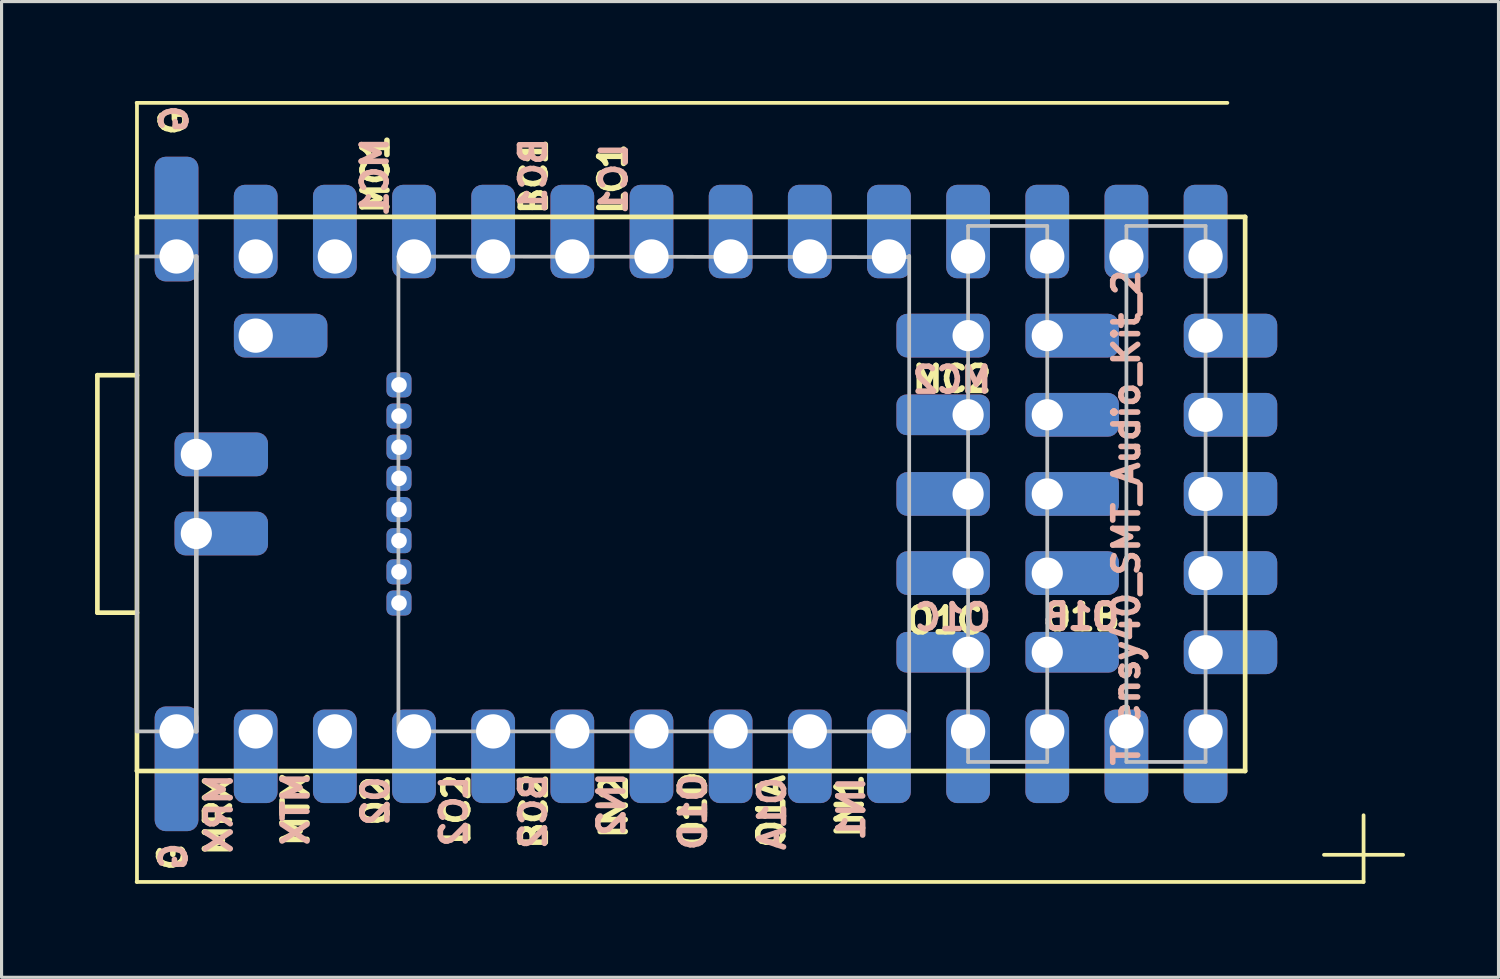
<source format=kicad_pcb>
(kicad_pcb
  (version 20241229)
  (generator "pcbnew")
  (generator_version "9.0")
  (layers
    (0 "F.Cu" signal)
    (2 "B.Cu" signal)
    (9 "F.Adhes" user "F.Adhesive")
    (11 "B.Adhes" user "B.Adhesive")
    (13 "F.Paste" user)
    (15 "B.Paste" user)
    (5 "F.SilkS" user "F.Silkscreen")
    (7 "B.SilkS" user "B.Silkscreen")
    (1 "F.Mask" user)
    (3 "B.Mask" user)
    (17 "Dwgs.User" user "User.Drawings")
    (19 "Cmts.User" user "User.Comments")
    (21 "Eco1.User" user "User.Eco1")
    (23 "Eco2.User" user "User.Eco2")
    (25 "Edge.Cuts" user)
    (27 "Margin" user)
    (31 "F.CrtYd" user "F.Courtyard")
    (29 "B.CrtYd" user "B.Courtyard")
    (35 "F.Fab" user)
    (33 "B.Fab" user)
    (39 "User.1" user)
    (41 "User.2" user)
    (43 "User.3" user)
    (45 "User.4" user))
  (footprint "Teensy40_SMT_Audio_Kit_2"
    (layer "F.Cu")
    (at 1.335 0.25)
    (property "Reference" "Teensy40_SMT_Audio_Kit_2" (at 31.76 13.312 90) (layer "B.SilkS") (effects (font (size 0.8 0.8) (thickness 0.18))))
    (attr through_hole)
    (fp_line (start -1.26 8.74) (end -1.26 16.36) (stroke (width 0.15) (type solid)) (layer "F.SilkS"))
    (fp_line (start -1.26 16.36) (end 0.01 16.36) (stroke (width 0.15) (type solid)) (layer "F.SilkS"))
    (fp_line (start 0 0) (end 35 0) (stroke (width 0.12) (type solid)) (layer "F.SilkS"))
    (fp_line (start 0 25) (end 39.37 25) (stroke (width 0.12) (type solid)) (layer "F.SilkS"))
    (fp_line (start 0.01 3.66) (end 0.01 0) (stroke (width 0.12) (type solid)) (layer "F.SilkS"))
    (fp_line (start 0.01 3.66) (end 0.01 21.44) (stroke (width 0.15) (type solid)) (layer "F.SilkS"))
    (fp_line (start 0.01 8.74) (end -1.26 8.74) (stroke (width 0.15) (type solid)) (layer "F.SilkS"))
    (fp_line (start 0.01 21.44) (end 35.57 21.44) (stroke (width 0.15) (type solid)) (layer "F.SilkS"))
    (fp_line (start 0.01 25) (end 0.01 21.44) (stroke (width 0.12) (type solid)) (layer "F.SilkS"))
    (fp_line (start 35.57 3.66) (end 0.01 3.66) (stroke (width 0.15) (type solid)) (layer "F.SilkS"))
    (fp_line (start 35.57 21.44) (end 35.57 3.66) (stroke (width 0.15) (type solid)) (layer "F.SilkS"))
    (fp_line (start 38.1 24.13) (end 40.64 24.13) (stroke (width 0.12) (type solid)) (layer "F.SilkS"))
    (fp_line (start 39.37 25) (end 39.37 22.86) (stroke (width 0.12) (type solid)) (layer "F.SilkS"))
    (fp_line (start 0.01 4.93) (end 0.01 20.17) (stroke (width 0.12) (type solid)) (layer "Dwgs.User"))
    (fp_line (start 0.01 4.93) (end 1.915 4.93) (stroke (width 0.12) (type solid)) (layer "Dwgs.User"))
    (fp_line (start 0.01 20.17) (end 1.915 20.17) (stroke (width 0.12) (type solid)) (layer "Dwgs.User"))
    (fp_line (start 1.915 4.93) (end 1.915 20.17) (stroke (width 0.15) (type solid)) (layer "Dwgs.User"))
    (fp_line (start 8.4 4.93) (end 8.4 20.17) (stroke (width 0.12) (type solid)) (layer "Dwgs.User"))
    (fp_line (start 8.4 4.93) (end 24.79 4.95) (stroke (width 0.12) (type solid)) (layer "Dwgs.User"))
    (fp_line (start 8.4 20.17) (end 24.79 20.17) (stroke (width 0.12) (type solid)) (layer "Dwgs.User"))
    (fp_line (start 24.79 4.91) (end 24.79 20.15) (stroke (width 0.12) (type solid)) (layer "Dwgs.User"))
    (fp_line (start 26.68 3.95) (end 26.68 21.15) (stroke (width 0.12) (type solid)) (layer "Dwgs.User"))
    (fp_line (start 26.68 21.15) (end 29.22 21.15) (stroke (width 0.12) (type solid)) (layer "Dwgs.User"))
    (fp_line (start 29.22 3.95) (end 26.68 3.95) (stroke (width 0.12) (type solid)) (layer "Dwgs.User"))
    (fp_line (start 29.22 21.15) (end 29.22 3.95) (stroke (width 0.12) (type solid)) (layer "Dwgs.User"))
    (fp_line (start 31.76 3.95) (end 34.3 3.95) (stroke (width 0.12) (type solid)) (layer "Dwgs.User"))
    (fp_line (start 31.76 21.15) (end 31.76 3.95) (stroke (width 0.12) (type solid)) (layer "Dwgs.User"))
    (fp_line (start 34.3 3.95) (end 34.3 21.15) (stroke (width 0.12) (type solid)) (layer "Dwgs.User"))
    (fp_line (start 34.3 21.15) (end 31.76 21.15) (stroke (width 0.12) (type solid)) (layer "Dwgs.User"))
    (fp_poly (pts (xy 0.518 11.788) (xy 3.058 11.788) (xy 3.058 10.772) (xy 0.518 10.772)) (stroke (width 0.1) (type solid)) (fill no) (layer "Eco1.User"))
    (fp_poly (pts (xy 0.518 14.328) (xy 3.058 14.328) (xy 3.058 13.312) (xy 0.518 13.312)) (stroke (width 0.1) (type solid)) (fill no) (layer "Eco1.User"))
    (fp_poly (pts (xy 8.29 8.8) (xy 10.29 8.8) (xy 10.29 9.3) (xy 8.29 9.3)) (stroke (width 0.1) (type solid)) (fill no) (layer "Eco1.User"))
    (fp_poly (pts (xy 8.29 9.8) (xy 10.29 9.8) (xy 10.29 10.3) (xy 8.29 10.3)) (stroke (width 0.1) (type solid)) (fill no) (layer "Eco1.User"))
    (fp_poly (pts (xy 8.29 10.8) (xy 10.29 10.8) (xy 10.29 11.3) (xy 8.29 11.3)) (stroke (width 0.1) (type solid)) (fill no) (layer "Eco1.User"))
    (fp_poly (pts (xy 8.29 11.8) (xy 10.29 11.8) (xy 10.29 12.3) (xy 8.29 12.3)) (stroke (width 0.1) (type solid)) (fill no) (layer "Eco1.User"))
    (fp_poly (pts (xy 8.29 12.8) (xy 10.29 12.8) (xy 10.29 13.3) (xy 8.29 13.3)) (stroke (width 0.1) (type solid)) (fill no) (layer "Eco1.User"))
    (fp_poly (pts (xy 8.29 13.8) (xy 10.29 13.8) (xy 10.29 14.3) (xy 8.29 14.3)) (stroke (width 0.1) (type solid)) (fill no) (layer "Eco1.User"))
    (fp_poly (pts (xy 8.29 14.8) (xy 10.29 14.8) (xy 10.29 15.3) (xy 8.29 15.3)) (stroke (width 0.1) (type solid)) (fill no) (layer "Eco1.User"))
    (fp_poly (pts (xy 8.29 15.8) (xy 10.29 15.8) (xy 10.29 16.3) (xy 8.29 16.3)) (stroke (width 0.1) (type solid)) (fill no) (layer "Eco1.User"))
    (fp_poly (pts (xy 24.648 7.978) (xy 27.188 7.978) (xy 27.188 6.962) (xy 24.648 6.962)) (stroke (width 0.1) (type solid)) (fill no) (layer "Eco1.User"))
    (fp_poly (pts (xy 24.648 10.518) (xy 27.188 10.518) (xy 27.188 9.502) (xy 24.648 9.502)) (stroke (width 0.1) (type solid)) (fill no) (layer "Eco1.User"))
    (fp_poly (pts (xy 24.648 13.058) (xy 27.188 13.058) (xy 27.188 12.042) (xy 24.648 12.042)) (stroke (width 0.1) (type solid)) (fill no) (layer "Eco1.User"))
    (fp_poly (pts (xy 24.648 15.598) (xy 27.188 15.598) (xy 27.188 14.582) (xy 24.648 14.582)) (stroke (width 0.1) (type solid)) (fill no) (layer "Eco1.User"))
    (fp_poly (pts (xy 24.648 18.138) (xy 27.188 18.138) (xy 27.188 17.122) (xy 24.648 17.122)) (stroke (width 0.1) (type solid)) (fill no) (layer "Eco1.User"))
    (fp_poly (pts (xy 28.712 7.978) (xy 31.252 7.978) (xy 31.252 6.962) (xy 28.712 6.962)) (stroke (width 0.1) (type solid)) (fill no) (layer "Eco1.User"))
    (fp_poly (pts (xy 28.712 10.518) (xy 31.252 10.518) (xy 31.252 9.502) (xy 28.712 9.502)) (stroke (width 0.1) (type solid)) (fill no) (layer "Eco1.User"))
    (fp_poly (pts (xy 28.712 13.058) (xy 31.252 13.058) (xy 31.252 12.042) (xy 28.712 12.042)) (stroke (width 0.1) (type solid)) (fill no) (layer "Eco1.User"))
    (fp_poly (pts (xy 28.712 15.598) (xy 31.252 15.598) (xy 31.252 14.582) (xy 28.712 14.582)) (stroke (width 0.1) (type solid)) (fill no) (layer "Eco1.User"))
    (fp_poly (pts (xy 28.712 18.138) (xy 31.252 18.138) (xy 31.252 17.122) (xy 28.712 17.122)) (stroke (width 0.1) (type solid)) (fill no) (layer "Eco1.User"))
    (fp_text user "LC1" (at 15.265 2.438 90) (layer "F.SilkS") (effects (font (size 0.8 0.8) (thickness 0.18))))
    (fp_text user "MC1" (at 7.671 2.286 90) (layer "F.SilkS") (effects (font (size 0.8 0.8) (thickness 0.18))))
    (fp_text user "O1C" (at 25.933 16.612 0) (layer "F.SilkS") (effects (font (size 0.8 0.8) (thickness 0.18))))
    (fp_text user "BC1" (at 12.751 2.362 90) (layer "F.SilkS") (effects (font (size 0.8 0.8) (thickness 0.18))))
    (fp_text user "LC2" (at 10.262 22.682 90) (unlocked yes) (layer "F.SilkS") (effects (font (size 0.8 0.8) (thickness 0.18))))
    (fp_text user "O1B" (at 30.328 16.51 0) (layer "F.SilkS") (effects (font (size 0.8 0.8) (thickness 0.18))))
    (fp_text user "O1D" (at 17.856 22.682 90) (unlocked yes) (layer "F.SilkS") (effects (font (size 0.8 0.8) (thickness 0.18))))
    (fp_text user "O1A" (at 20.371 22.733 90) (unlocked yes) (layer "F.SilkS") (effects (font (size 0.8 0.8) (thickness 0.18))))
    (fp_text user "G" (at 1.194 0.61 90) (unlocked yes) (layer "F.SilkS") (effects (font (size 0.8 0.8) (thickness 0.18))))
    (fp_text user "MC2" (at 26.162 8.865 180) (layer "F.SilkS") (effects (font (size 0.8 0.8) (thickness 0.18))))
    (fp_text user "MTX" (at 5.105 22.682 90) (unlocked yes) (layer "F.SilkS") (effects (font (size 0.8 0.8) (thickness 0.18))))
    (fp_text user "IN2" (at 15.316 22.581 90) (unlocked yes) (layer "F.SilkS") (effects (font (size 0.8 0.8) (thickness 0.18))))
    (fp_text user "G" (at 1.143 24.206 90) (unlocked yes) (layer "F.SilkS") (effects (font (size 0.8 0.8) (thickness 0.18))))
    (fp_text user "IN1" (at 22.885 22.555 90) (unlocked yes) (layer "F.SilkS") (effects (font (size 0.8 0.8) (thickness 0.18))))
    (fp_text user "02" (at 7.671 22.403 90) (unlocked yes) (layer "F.SilkS") (effects (font (size 0.8 0.8) (thickness 0.18))))
    (fp_text user "MRX" (at 2.616 22.885 90) (unlocked yes) (layer "F.SilkS") (effects (font (size 0.8 0.8) (thickness 0.18))))
    (fp_text user "BC2" (at 12.751 22.733 90) (unlocked yes) (layer "F.SilkS") (effects (font (size 0.8 0.8) (thickness 0.18))))
    (fp_text user "O1B" (at 30.302 16.485 180) (layer "B.SilkS") (effects (font (size 0.8 0.8) (thickness 0.18)) (justify mirror)))
    (fp_text user "LC2" (at 10.185 22.733 90) (layer "B.SilkS") (effects (font (size 0.8 0.8) (thickness 0.18)) (justify mirror)))
    (fp_text user "BC2" (at 12.725 22.733 90) (layer "B.SilkS") (effects (font (size 0.8 0.8) (thickness 0.18)) (justify mirror)))
    (fp_text user "MRX" (at 2.642 22.809 90) (layer "B.SilkS") (effects (font (size 0.8 0.8) (thickness 0.18)) (justify mirror)))
    (fp_text user "IN1" (at 22.936 22.657 90) (layer "B.SilkS") (effects (font (size 0.8 0.8) (thickness 0.18)) (justify mirror)))
    (fp_text user "02" (at 7.671 22.403 90) (layer "B.SilkS") (effects (font (size 0.8 0.8) (thickness 0.18)) (justify mirror)))
    (fp_text user "G" (at 1.194 24.181 90) (layer "B.SilkS") (effects (font (size 0.8 0.8) (thickness 0.18)) (justify mirror)))
    (fp_text user "O1D" (at 17.856 22.758 90) (layer "B.SilkS") (effects (font (size 0.8 0.8) (thickness 0.18)) (justify mirror)))
    (fp_text user "O1C" (at 26.187 16.51 180) (layer "B.SilkS") (effects (font (size 0.8 0.8) (thickness 0.18)) (justify mirror)))
    (fp_text user "G" (at 1.219 0.508 90) (layer "B.SilkS") (effects (font (size 0.8 0.8) (thickness 0.18)) (justify mirror)))
    (fp_text user "MTX" (at 5.105 22.657 90) (layer "B.SilkS") (effects (font (size 0.8 0.8) (thickness 0.18)) (justify mirror)))
    (fp_text user "IN2" (at 15.24 22.504 90) (layer "B.SilkS") (effects (font (size 0.8 0.8) (thickness 0.18)) (justify mirror)))
    (fp_text user "O1A" (at 20.396 22.809 90) (layer "B.SilkS") (effects (font (size 0.8 0.8) (thickness 0.18)) (justify mirror)))
    (fp_text user "MC2" (at 26.162 8.89 0) (layer "B.SilkS") (effects (font (size 0.8 0.8) (thickness 0.18)) (justify mirror)))
    (fp_text user "LC1" (at 15.316 2.438 90) (unlocked yes) (layer "B.SilkS") (effects (font (size 0.8 0.8) (thickness 0.18)) (justify mirror)))
    (fp_text user "MC1" (at 7.645 2.388 90) (unlocked yes) (layer "B.SilkS") (effects (font (size 0.8 0.8) (thickness 0.18)) (justify mirror)))
    (fp_text user "BC1" (at 12.725 2.337 90) (unlocked yes) (layer "B.SilkS") (effects (font (size 0.8 0.8) (thickness 0.18)) (justify mirror)))
    (pad "1" thru_hole roundrect (at 1.28 20.17) (size 1.404 4) (drill 1.1 (offset 0 1.2)) (layers "*.Cu" "*.Mask") (roundrect_rratio 0.25))
    (pad "2" thru_hole roundrect (at 3.82 20.17) (size 1.404 3) (drill 1.1 (offset 0 0.8)) (layers "*.Cu" "*.Mask") (roundrect_rratio 0.25))
    (pad "3" thru_hole roundrect (at 6.36 20.17) (size 1.404 3) (drill 1.1 (offset 0 0.8)) (layers "*.Cu" "*.Mask") (roundrect_rratio 0.25))
    (pad "4" thru_hole roundrect (at 8.9 20.17) (size 1.404 3) (drill 1.1 (offset 0 0.8)) (layers "*.Cu" "*.Mask") (roundrect_rratio 0.25))
    (pad "5" thru_hole roundrect (at 11.44 20.17) (size 1.404 3) (drill 1.1 (offset 0 0.8)) (layers "*.Cu" "*.Mask") (roundrect_rratio 0.25))
    (pad "6" thru_hole roundrect (at 13.98 20.17) (size 1.404 3) (drill 1.1 (offset 0 0.8)) (layers "*.Cu" "*.Mask") (roundrect_rratio 0.25))
    (pad "7" thru_hole roundrect (at 16.52 20.17) (size 1.404 3) (drill 1.1 (offset 0 0.8)) (layers "*.Cu" "*.Mask") (roundrect_rratio 0.25))
    (pad "8" thru_hole roundrect (at 19.06 20.17) (size 1.404 3) (drill 1.1 (offset 0 0.8)) (layers "*.Cu" "*.Mask") (roundrect_rratio 0.25))
    (pad "9" thru_hole roundrect (at 21.6 20.17) (size 1.404 3) (drill 1.1 (offset 0 0.8)) (layers "*.Cu" "*.Mask") (roundrect_rratio 0.25))
    (pad "10" thru_hole roundrect (at 24.14 20.17) (size 1.404 3) (drill 1.1 (offset 0 0.8)) (layers "*.Cu" "*.Mask") (roundrect_rratio 0.25))
    (pad "11" thru_hole roundrect (at 26.68 20.17) (size 1.404 3) (drill 1.1 (offset 0 0.8)) (layers "*.Cu" "*.Mask") (roundrect_rratio 0.25))
    (pad "12" thru_hole roundrect (at 29.22 20.17) (size 1.404 3) (drill 1.1 (offset 0 0.8)) (layers "*.Cu" "*.Mask") (roundrect_rratio 0.25))
    (pad "13" thru_hole roundrect (at 31.76 20.17) (size 1.404 3) (drill 1.1 (offset 0 0.8)) (layers "*.Cu" "*.Mask") (roundrect_rratio 0.25))
    (pad "14" thru_hole roundrect (at 34.3 20.17) (size 1.404 3) (drill 1.1 (offset 0 0.8)) (layers "*.Cu" "*.Mask") (roundrect_rratio 0.25))
    (pad "15" thru_hole roundrect (at 34.3 17.63 90) (size 1.404 3) (drill 1.1 (offset 0 0.8)) (layers "*.Cu" "*.Mask") (roundrect_rratio 0.25))
    (pad "16" thru_hole roundrect (at 34.3 15.09 90) (size 1.404 3) (drill 1.1 (offset 0 0.8)) (layers "*.Cu" "*.Mask") (roundrect_rratio 0.25))
    (pad "17" thru_hole roundrect (at 34.3 12.55 90) (size 1.404 3) (drill 1.1 (offset 0 0.8)) (layers "*.Cu" "*.Mask") (roundrect_rratio 0.25))
    (pad "18" thru_hole roundrect (at 34.3 10.01 90) (size 1.404 3) (drill 1.1 (offset 0 0.8)) (layers "*.Cu" "*.Mask") (roundrect_rratio 0.25))
    (pad "19" thru_hole roundrect (at 34.3 7.47 90) (size 1.404 3) (drill 1.1 (offset 0 0.8)) (layers "*.Cu" "*.Mask") (roundrect_rratio 0.25))
    (pad "20" thru_hole roundrect (at 34.3 4.93 180) (size 1.404 3) (drill 1.1 (offset 0 0.8)) (layers "*.Cu" "*.Mask") (roundrect_rratio 0.25))
    (pad "21" thru_hole roundrect (at 31.76 4.93 180) (size 1.404 3) (drill 1.1 (offset 0 0.8)) (layers "*.Cu" "*.Mask") (roundrect_rratio 0.25))
    (pad "22" thru_hole roundrect (at 29.22 4.93 180) (size 1.404 3) (drill 1.1 (offset 0 0.8)) (layers "*.Cu" "*.Mask") (roundrect_rratio 0.25))
    (pad "23" thru_hole roundrect (at 26.68 4.93 180) (size 1.404 3) (drill 1.1 (offset 0 0.8)) (layers "*.Cu" "*.Mask") (roundrect_rratio 0.25))
    (pad "24" thru_hole roundrect (at 24.14 4.93 180) (size 1.404 3) (drill 1.1 (offset 0 0.8)) (layers "*.Cu" "*.Mask") (roundrect_rratio 0.25))
    (pad "25" thru_hole roundrect (at 21.6 4.93 180) (size 1.404 3) (drill 1.1 (offset 0 0.8)) (layers "*.Cu" "*.Mask") (roundrect_rratio 0.25))
    (pad "26" thru_hole roundrect (at 19.06 4.93 180) (size 1.404 3) (drill 1.1 (offset 0 0.8)) (layers "*.Cu" "*.Mask") (roundrect_rratio 0.25))
    (pad "27" thru_hole roundrect (at 16.52 4.93 180) (size 1.404 3) (drill 1.1 (offset 0 0.8)) (layers "*.Cu" "*.Mask") (roundrect_rratio 0.25))
    (pad "28" thru_hole roundrect (at 13.98 4.93 180) (size 1.404 3) (drill 1.1 (offset 0 0.8)) (layers "*.Cu" "*.Mask") (roundrect_rratio 0.25))
    (pad "29" thru_hole roundrect (at 11.44 4.93 180) (size 1.404 3) (drill 1.1 (offset 0 0.8)) (layers "*.Cu" "*.Mask") (roundrect_rratio 0.25))
    (pad "30" thru_hole roundrect (at 8.9 4.93 180) (size 1.404 3) (drill 1.1 (offset 0 0.8)) (layers "*.Cu" "*.Mask") (roundrect_rratio 0.25))
    (pad "31" thru_hole roundrect (at 6.36 4.93 180) (size 1.404 3) (drill 1.1 (offset 0 0.8)) (layers "*.Cu" "*.Mask") (roundrect_rratio 0.25))
    (pad "32" thru_hole roundrect (at 3.82 4.93 180) (size 1.404 3) (drill 1.1 (offset 0 0.8)) (layers "*.Cu" "*.Mask") (roundrect_rratio 0.25))
    (pad "33" thru_hole roundrect (at 1.28 4.93 180) (size 1.404 4) (drill 1.1 (offset 0 1.2)) (layers "*.Cu" "*.Mask") (roundrect_rratio 0.25))
    (pad "34" thru_hole roundrect (at 3.82 7.47 90) (size 1.404 3) (drill 1.1 (offset 0 0.8)) (layers "*.Cu" "*.Mask") (roundrect_rratio 0.25))
    (pad "35" thru_hole roundrect (at 29.22 7.47 90) (size 1.404 3) (drill 1 (offset 0 0.8)) (layers "*.Cu" "*.Mask") (roundrect_rratio 0.25))
    (pad "36" thru_hole roundrect (at 26.68 7.47 270) (size 1.404 3) (drill 1 (offset 0 0.8)) (layers "*.Cu" "*.Mask") (roundrect_rratio 0.25))
    (pad "37" thru_hole roundrect (at 29.22 10.01 90) (size 1.404 3) (drill 1 (offset 0 0.8)) (layers "*.Cu" "*.Mask") (roundrect_rratio 0.25))
    (pad "38" thru_hole roundrect (at 26.68 10.01 270) (size 1.304 3) (drill 1 (offset 0 0.8)) (layers "*.Cu" "*.Mask") (roundrect_rratio 0.25))
    (pad "39" thru_hole roundrect (at 29.22 12.55 90) (size 1.404 3) (drill 1 (offset 0 0.8)) (layers "*.Cu" "*.Mask") (roundrect_rratio 0.25))
    (pad "40" thru_hole roundrect (at 26.68 12.55 270) (size 1.404 3) (drill 1 (offset 0 0.8)) (layers "*.Cu" "*.Mask") (roundrect_rratio 0.25))
    (pad "41" thru_hole roundrect (at 29.22 15.09 90) (size 1.404 3) (drill 1 (offset 0 0.8)) (layers "*.Cu" "*.Mask") (roundrect_rratio 0.25))
    (pad "42" thru_hole roundrect (at 26.68 15.09 270) (size 1.404 3) (drill 1 (offset 0 0.8)) (layers "*.Cu" "*.Mask") (roundrect_rratio 0.25))
    (pad "43" thru_hole roundrect (at 29.22 17.63 90) (size 1.304 3) (drill 1 (offset 0 0.8)) (layers "*.Cu" "*.Mask") (roundrect_rratio 0.25))
    (pad "44" thru_hole roundrect (at 26.68 17.63 270) (size 1.304 3) (drill 1 (offset 0 0.8)) (layers "*.Cu" "*.Mask") (roundrect_rratio 0.25))
    (pad "45" thru_hole roundrect (at 8.418 9.05) (size 0.804 0.804) (drill 0.5) (layers "*.Cu" "*.Mask") (roundrect_rratio 0.25))
    (pad "46" thru_hole roundrect (at 8.418 10.05) (size 0.804 0.804) (drill 0.5) (layers "*.Cu" "*.Mask") (roundrect_rratio 0.25))
    (pad "47" thru_hole roundrect (at 8.418 11.05) (size 0.804 0.804) (drill 0.5) (layers "*.Cu" "*.Mask") (roundrect_rratio 0.25))
    (pad "48" thru_hole roundrect (at 8.418 12.05) (size 0.804 0.804) (drill 0.5) (layers "*.Cu" "*.Mask") (roundrect_rratio 0.25))
    (pad "49" thru_hole roundrect (at 8.418 13.05) (size 0.804 0.804) (drill 0.5) (layers "*.Cu" "*.Mask") (roundrect_rratio 0.25))
    (pad "50" thru_hole roundrect (at 8.418 14.05) (size 0.804 0.804) (drill 0.5) (layers "*.Cu" "*.Mask") (roundrect_rratio 0.25))
    (pad "51" thru_hole roundrect (at 8.418 15.05) (size 0.804 0.804) (drill 0.5) (layers "*.Cu" "*.Mask") (roundrect_rratio 0.25))
    (pad "52" thru_hole roundrect (at 8.418 16.05) (size 0.804 0.804) (drill 0.5) (layers "*.Cu" "*.Mask") (roundrect_rratio 0.25))
    (pad "53" thru_hole roundrect (at 1.915 11.28 90) (size 1.404 3) (drill 1 (offset 0 0.8)) (layers "*.Cu" "*.Mask") (roundrect_rratio 0.25))
    (pad "54" thru_hole roundrect (at 1.915 13.82 90) (size 1.404 3) (drill 1 (offset 0 0.8)) (layers "*.Cu" "*.Mask") (roundrect_rratio 0.25)))
  (gr_rect
    (start -3 -3)
    (end 45.035 28.31)
    (stroke (width 0.1) (type default))
    (fill no)
    (layer "Edge.Cuts")))
</source>
